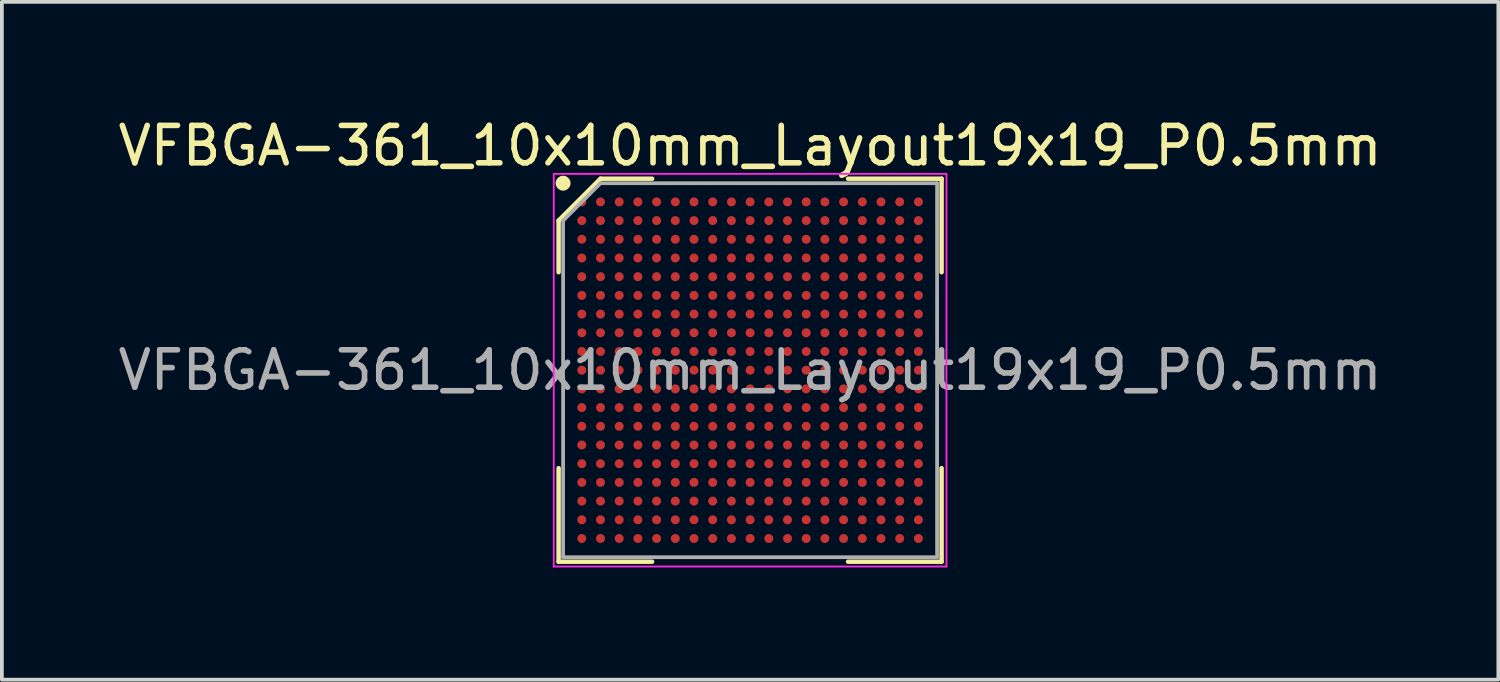
<source format=kicad_pcb>
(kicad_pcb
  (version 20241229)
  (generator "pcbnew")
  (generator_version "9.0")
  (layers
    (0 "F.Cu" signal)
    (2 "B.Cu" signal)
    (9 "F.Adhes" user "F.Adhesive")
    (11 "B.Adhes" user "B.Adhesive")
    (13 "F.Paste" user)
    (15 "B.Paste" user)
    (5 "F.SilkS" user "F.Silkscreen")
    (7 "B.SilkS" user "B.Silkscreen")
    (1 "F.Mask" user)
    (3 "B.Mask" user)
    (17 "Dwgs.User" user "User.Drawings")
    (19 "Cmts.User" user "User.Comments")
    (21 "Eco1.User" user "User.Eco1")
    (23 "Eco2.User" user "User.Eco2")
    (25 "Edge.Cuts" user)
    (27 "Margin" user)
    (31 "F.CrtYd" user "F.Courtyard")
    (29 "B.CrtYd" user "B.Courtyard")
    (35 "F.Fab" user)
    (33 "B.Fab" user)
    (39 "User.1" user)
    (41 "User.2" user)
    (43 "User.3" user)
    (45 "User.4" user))
  (footprint "VFBGA-361_10x10mm_Layout19x19_P0.5mm"
    (layer "F.Cu")
    (at 17.006 6.848)
    (property "Reference" "VFBGA-361_10x10mm_Layout19x19_P0.5mm" (at 0 -6 0) (layer "F.SilkS") (effects (font (size 1 1) (thickness 0.15))))
    (attr smd)
    (fp_line (start -5.12 -4) (end -5.12 -2.62) (stroke (width 0.12) (type default)) (layer "F.SilkS"))
    (fp_line (start -5.12 5.12) (end -5.12 2.62) (stroke (width 0.12) (type default)) (layer "F.SilkS"))
    (fp_line (start -4 -5.12) (end -5.12 -4) (stroke (width 0.12) (type default)) (layer "F.SilkS"))
    (fp_line (start -2.62 -5.12) (end -4 -5.12) (stroke (width 0.12) (type default)) (layer "F.SilkS"))
    (fp_line (start -2.62 5.12) (end -5.12 5.12) (stroke (width 0.12) (type default)) (layer "F.SilkS"))
    (fp_line (start 2.62 -5.12) (end 5.12 -5.12) (stroke (width 0.12) (type default)) (layer "F.SilkS"))
    (fp_line (start 2.62 5.12) (end 5.12 5.12) (stroke (width 0.12) (type default)) (layer "F.SilkS"))
    (fp_line (start 5.12 -5.12) (end 5.12 -2.62) (stroke (width 0.12) (type default)) (layer "F.SilkS"))
    (fp_line (start 5.12 5.12) (end 5.12 2.62) (stroke (width 0.12) (type default)) (layer "F.SilkS"))
    (fp_circle (center -5 -5) (end -5 -4.9) (stroke (width 0.2) (type default)) (fill no) (layer "F.SilkS"))
    (fp_line (start -5.25 -5.25) (end 5.25 -5.25) (stroke (width 0.05) (type default)) (layer "F.CrtYd"))
    (fp_line (start -5.25 5.25) (end -5.25 -5.25) (stroke (width 0.05) (type default)) (layer "F.CrtYd"))
    (fp_line (start 5.25 -5.25) (end 5.25 5.25) (stroke (width 0.05) (type default)) (layer "F.CrtYd"))
    (fp_line (start 5.25 5.25) (end -5.25 5.25) (stroke (width 0.05) (type default)) (layer "F.CrtYd"))
    (fp_line (start -5 -4) (end -5 5) (stroke (width 0.1) (type default)) (layer "F.Fab"))
    (fp_line (start -5 5) (end 5 5) (stroke (width 0.1) (type default)) (layer "F.Fab"))
    (fp_line (start -4 -5) (end -5 -4) (stroke (width 0.1) (type default)) (layer "F.Fab"))
    (fp_line (start 5 -5) (end -4 -5) (stroke (width 0.1) (type default)) (layer "F.Fab"))
    (fp_line (start 5 5) (end 5 -5) (stroke (width 0.1) (type default)) (layer "F.Fab"))
    (fp_text user "${REFERENCE}" (at 0 0 0) (layer "F.Fab") (effects (font (size 1 1) (thickness 0.15))))
    (pad "A1" smd circle (at -4.5 -4.5) (size 0.24 0.24) (layers "F.Cu" "F.Mask" "F.Paste"))
    (pad "A2" smd circle (at -4 -4.5) (size 0.24 0.24) (layers "F.Cu" "F.Mask" "F.Paste"))
    (pad "A3" smd circle (at -3.5 -4.5) (size 0.24 0.24) (layers "F.Cu" "F.Mask" "F.Paste"))
    (pad "A4" smd circle (at -3 -4.5) (size 0.24 0.24) (layers "F.Cu" "F.Mask" "F.Paste"))
    (pad "A5" smd circle (at -2.5 -4.5) (size 0.24 0.24) (layers "F.Cu" "F.Mask" "F.Paste"))
    (pad "A6" smd circle (at -2 -4.5) (size 0.24 0.24) (layers "F.Cu" "F.Mask" "F.Paste"))
    (pad "A7" smd circle (at -1.5 -4.5) (size 0.24 0.24) (layers "F.Cu" "F.Mask" "F.Paste"))
    (pad "A8" smd circle (at -1 -4.5) (size 0.24 0.24) (layers "F.Cu" "F.Mask" "F.Paste"))
    (pad "A9" smd circle (at -0.5 -4.5) (size 0.24 0.24) (layers "F.Cu" "F.Mask" "F.Paste"))
    (pad "A10" smd circle (at 0 -4.5) (size 0.24 0.24) (layers "F.Cu" "F.Mask" "F.Paste"))
    (pad "A11" smd circle (at 0.5 -4.5) (size 0.24 0.24) (layers "F.Cu" "F.Mask" "F.Paste"))
    (pad "A12" smd circle (at 1 -4.5) (size 0.24 0.24) (layers "F.Cu" "F.Mask" "F.Paste"))
    (pad "A13" smd circle (at 1.5 -4.5) (size 0.24 0.24) (layers "F.Cu" "F.Mask" "F.Paste"))
    (pad "A14" smd circle (at 2 -4.5) (size 0.24 0.24) (layers "F.Cu" "F.Mask" "F.Paste"))
    (pad "A15" smd circle (at 2.5 -4.5) (size 0.24 0.24) (layers "F.Cu" "F.Mask" "F.Paste"))
    (pad "A16" smd circle (at 3 -4.5) (size 0.24 0.24) (layers "F.Cu" "F.Mask" "F.Paste"))
    (pad "A17" smd circle (at 3.5 -4.5) (size 0.24 0.24) (layers "F.Cu" "F.Mask" "F.Paste"))
    (pad "A18" smd circle (at 4 -4.5) (size 0.24 0.24) (layers "F.Cu" "F.Mask" "F.Paste"))
    (pad "A19" smd circle (at 4.5 -4.5) (size 0.24 0.24) (layers "F.Cu" "F.Mask" "F.Paste"))
    (pad "B1" smd circle (at -4.5 -4) (size 0.24 0.24) (layers "F.Cu" "F.Mask" "F.Paste"))
    (pad "B2" smd circle (at -4 -4) (size 0.24 0.24) (layers "F.Cu" "F.Mask" "F.Paste"))
    (pad "B3" smd circle (at -3.5 -4) (size 0.24 0.24) (layers "F.Cu" "F.Mask" "F.Paste"))
    (pad "B4" smd circle (at -3 -4) (size 0.24 0.24) (layers "F.Cu" "F.Mask" "F.Paste"))
    (pad "B5" smd circle (at -2.5 -4) (size 0.24 0.24) (layers "F.Cu" "F.Mask" "F.Paste"))
    (pad "B6" smd circle (at -2 -4) (size 0.24 0.24) (layers "F.Cu" "F.Mask" "F.Paste"))
    (pad "B7" smd circle (at -1.5 -4) (size 0.24 0.24) (layers "F.Cu" "F.Mask" "F.Paste"))
    (pad "B8" smd circle (at -1 -4) (size 0.24 0.24) (layers "F.Cu" "F.Mask" "F.Paste"))
    (pad "B9" smd circle (at -0.5 -4) (size 0.24 0.24) (layers "F.Cu" "F.Mask" "F.Paste"))
    (pad "B10" smd circle (at 0 -4) (size 0.24 0.24) (layers "F.Cu" "F.Mask" "F.Paste"))
    (pad "B11" smd circle (at 0.5 -4) (size 0.24 0.24) (layers "F.Cu" "F.Mask" "F.Paste"))
    (pad "B12" smd circle (at 1 -4) (size 0.24 0.24) (layers "F.Cu" "F.Mask" "F.Paste"))
    (pad "B13" smd circle (at 1.5 -4) (size 0.24 0.24) (layers "F.Cu" "F.Mask" "F.Paste"))
    (pad "B14" smd circle (at 2 -4) (size 0.24 0.24) (layers "F.Cu" "F.Mask" "F.Paste"))
    (pad "B15" smd circle (at 2.5 -4) (size 0.24 0.24) (layers "F.Cu" "F.Mask" "F.Paste"))
    (pad "B16" smd circle (at 3 -4) (size 0.24 0.24) (layers "F.Cu" "F.Mask" "F.Paste"))
    (pad "B17" smd circle (at 3.5 -4) (size 0.24 0.24) (layers "F.Cu" "F.Mask" "F.Paste"))
    (pad "B18" smd circle (at 4 -4) (size 0.24 0.24) (layers "F.Cu" "F.Mask" "F.Paste"))
    (pad "B19" smd circle (at 4.5 -4) (size 0.24 0.24) (layers "F.Cu" "F.Mask" "F.Paste"))
    (pad "C1" smd circle (at -4.5 -3.5) (size 0.24 0.24) (layers "F.Cu" "F.Mask" "F.Paste"))
    (pad "C2" smd circle (at -4 -3.5) (size 0.24 0.24) (layers "F.Cu" "F.Mask" "F.Paste"))
    (pad "C3" smd circle (at -3.5 -3.5) (size 0.24 0.24) (layers "F.Cu" "F.Mask" "F.Paste"))
    (pad "C4" smd circle (at -3 -3.5) (size 0.24 0.24) (layers "F.Cu" "F.Mask" "F.Paste"))
    (pad "C5" smd circle (at -2.5 -3.5) (size 0.24 0.24) (layers "F.Cu" "F.Mask" "F.Paste"))
    (pad "C6" smd circle (at -2 -3.5) (size 0.24 0.24) (layers "F.Cu" "F.Mask" "F.Paste"))
    (pad "C7" smd circle (at -1.5 -3.5) (size 0.24 0.24) (layers "F.Cu" "F.Mask" "F.Paste"))
    (pad "C8" smd circle (at -1 -3.5) (size 0.24 0.24) (layers "F.Cu" "F.Mask" "F.Paste"))
    (pad "C9" smd circle (at -0.5 -3.5) (size 0.24 0.24) (layers "F.Cu" "F.Mask" "F.Paste"))
    (pad "C10" smd circle (at 0 -3.5) (size 0.24 0.24) (layers "F.Cu" "F.Mask" "F.Paste"))
    (pad "C11" smd circle (at 0.5 -3.5) (size 0.24 0.24) (layers "F.Cu" "F.Mask" "F.Paste"))
    (pad "C12" smd circle (at 1 -3.5) (size 0.24 0.24) (layers "F.Cu" "F.Mask" "F.Paste"))
    (pad "C13" smd circle (at 1.5 -3.5) (size 0.24 0.24) (layers "F.Cu" "F.Mask" "F.Paste"))
    (pad "C14" smd circle (at 2 -3.5) (size 0.24 0.24) (layers "F.Cu" "F.Mask" "F.Paste"))
    (pad "C15" smd circle (at 2.5 -3.5) (size 0.24 0.24) (layers "F.Cu" "F.Mask" "F.Paste"))
    (pad "C16" smd circle (at 3 -3.5) (size 0.24 0.24) (layers "F.Cu" "F.Mask" "F.Paste"))
    (pad "C17" smd circle (at 3.5 -3.5) (size 0.24 0.24) (layers "F.Cu" "F.Mask" "F.Paste"))
    (pad "C18" smd circle (at 4 -3.5) (size 0.24 0.24) (layers "F.Cu" "F.Mask" "F.Paste"))
    (pad "C19" smd circle (at 4.5 -3.5) (size 0.24 0.24) (layers "F.Cu" "F.Mask" "F.Paste"))
    (pad "D1" smd circle (at -4.5 -3) (size 0.24 0.24) (layers "F.Cu" "F.Mask" "F.Paste"))
    (pad "D2" smd circle (at -4 -3) (size 0.24 0.24) (layers "F.Cu" "F.Mask" "F.Paste"))
    (pad "D3" smd circle (at -3.5 -3) (size 0.24 0.24) (layers "F.Cu" "F.Mask" "F.Paste"))
    (pad "D4" smd circle (at -3 -3) (size 0.24 0.24) (layers "F.Cu" "F.Mask" "F.Paste"))
    (pad "D5" smd circle (at -2.5 -3) (size 0.24 0.24) (layers "F.Cu" "F.Mask" "F.Paste"))
    (pad "D6" smd circle (at -2 -3) (size 0.24 0.24) (layers "F.Cu" "F.Mask" "F.Paste"))
    (pad "D7" smd circle (at -1.5 -3) (size 0.24 0.24) (layers "F.Cu" "F.Mask" "F.Paste"))
    (pad "D8" smd circle (at -1 -3) (size 0.24 0.24) (layers "F.Cu" "F.Mask" "F.Paste"))
    (pad "D9" smd circle (at -0.5 -3) (size 0.24 0.24) (layers "F.Cu" "F.Mask" "F.Paste"))
    (pad "D10" smd circle (at 0 -3) (size 0.24 0.24) (layers "F.Cu" "F.Mask" "F.Paste"))
    (pad "D11" smd circle (at 0.5 -3) (size 0.24 0.24) (layers "F.Cu" "F.Mask" "F.Paste"))
    (pad "D12" smd circle (at 1 -3) (size 0.24 0.24) (layers "F.Cu" "F.Mask" "F.Paste"))
    (pad "D13" smd circle (at 1.5 -3) (size 0.24 0.24) (layers "F.Cu" "F.Mask" "F.Paste"))
    (pad "D14" smd circle (at 2 -3) (size 0.24 0.24) (layers "F.Cu" "F.Mask" "F.Paste"))
    (pad "D15" smd circle (at 2.5 -3) (size 0.24 0.24) (layers "F.Cu" "F.Mask" "F.Paste"))
    (pad "D16" smd circle (at 3 -3) (size 0.24 0.24) (layers "F.Cu" "F.Mask" "F.Paste"))
    (pad "D17" smd circle (at 3.5 -3) (size 0.24 0.24) (layers "F.Cu" "F.Mask" "F.Paste"))
    (pad "D18" smd circle (at 4 -3) (size 0.24 0.24) (layers "F.Cu" "F.Mask" "F.Paste"))
    (pad "D19" smd circle (at 4.5 -3) (size 0.24 0.24) (layers "F.Cu" "F.Mask" "F.Paste"))
    (pad "E1" smd circle (at -4.5 -2.5) (size 0.24 0.24) (layers "F.Cu" "F.Mask" "F.Paste"))
    (pad "E2" smd circle (at -4 -2.5) (size 0.24 0.24) (layers "F.Cu" "F.Mask" "F.Paste"))
    (pad "E3" smd circle (at -3.5 -2.5) (size 0.24 0.24) (layers "F.Cu" "F.Mask" "F.Paste"))
    (pad "E4" smd circle (at -3 -2.5) (size 0.24 0.24) (layers "F.Cu" "F.Mask" "F.Paste"))
    (pad "E5" smd circle (at -2.5 -2.5) (size 0.24 0.24) (layers "F.Cu" "F.Mask" "F.Paste"))
    (pad "E6" smd circle (at -2 -2.5) (size 0.24 0.24) (layers "F.Cu" "F.Mask" "F.Paste"))
    (pad "E7" smd circle (at -1.5 -2.5) (size 0.24 0.24) (layers "F.Cu" "F.Mask" "F.Paste"))
    (pad "E8" smd circle (at -1 -2.5) (size 0.24 0.24) (layers "F.Cu" "F.Mask" "F.Paste"))
    (pad "E9" smd circle (at -0.5 -2.5) (size 0.24 0.24) (layers "F.Cu" "F.Mask" "F.Paste"))
    (pad "E10" smd circle (at 0 -2.5) (size 0.24 0.24) (layers "F.Cu" "F.Mask" "F.Paste"))
    (pad "E11" smd circle (at 0.5 -2.5) (size 0.24 0.24) (layers "F.Cu" "F.Mask" "F.Paste"))
    (pad "E12" smd circle (at 1 -2.5) (size 0.24 0.24) (layers "F.Cu" "F.Mask" "F.Paste"))
    (pad "E13" smd circle (at 1.5 -2.5) (size 0.24 0.24) (layers "F.Cu" "F.Mask" "F.Paste"))
    (pad "E14" smd circle (at 2 -2.5) (size 0.24 0.24) (layers "F.Cu" "F.Mask" "F.Paste"))
    (pad "E15" smd circle (at 2.5 -2.5) (size 0.24 0.24) (layers "F.Cu" "F.Mask" "F.Paste"))
    (pad "E16" smd circle (at 3 -2.5) (size 0.24 0.24) (layers "F.Cu" "F.Mask" "F.Paste"))
    (pad "E17" smd circle (at 3.5 -2.5) (size 0.24 0.24) (layers "F.Cu" "F.Mask" "F.Paste"))
    (pad "E18" smd circle (at 4 -2.5) (size 0.24 0.24) (layers "F.Cu" "F.Mask" "F.Paste"))
    (pad "E19" smd circle (at 4.5 -2.5) (size 0.24 0.24) (layers "F.Cu" "F.Mask" "F.Paste"))
    (pad "F1" smd circle (at -4.5 -2) (size 0.24 0.24) (layers "F.Cu" "F.Mask" "F.Paste"))
    (pad "F2" smd circle (at -4 -2) (size 0.24 0.24) (layers "F.Cu" "F.Mask" "F.Paste"))
    (pad "F3" smd circle (at -3.5 -2) (size 0.24 0.24) (layers "F.Cu" "F.Mask" "F.Paste"))
    (pad "F4" smd circle (at -3 -2) (size 0.24 0.24) (layers "F.Cu" "F.Mask" "F.Paste"))
    (pad "F5" smd circle (at -2.5 -2) (size 0.24 0.24) (layers "F.Cu" "F.Mask" "F.Paste"))
    (pad "F6" smd circle (at -2 -2) (size 0.24 0.24) (layers "F.Cu" "F.Mask" "F.Paste"))
    (pad "F7" smd circle (at -1.5 -2) (size 0.24 0.24) (layers "F.Cu" "F.Mask" "F.Paste"))
    (pad "F8" smd circle (at -1 -2) (size 0.24 0.24) (layers "F.Cu" "F.Mask" "F.Paste"))
    (pad "F9" smd circle (at -0.5 -2) (size 0.24 0.24) (layers "F.Cu" "F.Mask" "F.Paste"))
    (pad "F10" smd circle (at 0 -2) (size 0.24 0.24) (layers "F.Cu" "F.Mask" "F.Paste"))
    (pad "F11" smd circle (at 0.5 -2) (size 0.24 0.24) (layers "F.Cu" "F.Mask" "F.Paste"))
    (pad "F12" smd circle (at 1 -2) (size 0.24 0.24) (layers "F.Cu" "F.Mask" "F.Paste"))
    (pad "F13" smd circle (at 1.5 -2) (size 0.24 0.24) (layers "F.Cu" "F.Mask" "F.Paste"))
    (pad "F14" smd circle (at 2 -2) (size 0.24 0.24) (layers "F.Cu" "F.Mask" "F.Paste"))
    (pad "F15" smd circle (at 2.5 -2) (size 0.24 0.24) (layers "F.Cu" "F.Mask" "F.Paste"))
    (pad "F16" smd circle (at 3 -2) (size 0.24 0.24) (layers "F.Cu" "F.Mask" "F.Paste"))
    (pad "F17" smd circle (at 3.5 -2) (size 0.24 0.24) (layers "F.Cu" "F.Mask" "F.Paste"))
    (pad "F18" smd circle (at 4 -2) (size 0.24 0.24) (layers "F.Cu" "F.Mask" "F.Paste"))
    (pad "F19" smd circle (at 4.5 -2) (size 0.24 0.24) (layers "F.Cu" "F.Mask" "F.Paste"))
    (pad "G1" smd circle (at -4.5 -1.5) (size 0.24 0.24) (layers "F.Cu" "F.Mask" "F.Paste"))
    (pad "G2" smd circle (at -4 -1.5) (size 0.24 0.24) (layers "F.Cu" "F.Mask" "F.Paste"))
    (pad "G3" smd circle (at -3.5 -1.5) (size 0.24 0.24) (layers "F.Cu" "F.Mask" "F.Paste"))
    (pad "G4" smd circle (at -3 -1.5) (size 0.24 0.24) (layers "F.Cu" "F.Mask" "F.Paste"))
    (pad "G5" smd circle (at -2.5 -1.5) (size 0.24 0.24) (layers "F.Cu" "F.Mask" "F.Paste"))
    (pad "G6" smd circle (at -2 -1.5) (size 0.24 0.24) (layers "F.Cu" "F.Mask" "F.Paste"))
    (pad "G7" smd circle (at -1.5 -1.5) (size 0.24 0.24) (layers "F.Cu" "F.Mask" "F.Paste"))
    (pad "G8" smd circle (at -1 -1.5) (size 0.24 0.24) (layers "F.Cu" "F.Mask" "F.Paste"))
    (pad "G9" smd circle (at -0.5 -1.5) (size 0.24 0.24) (layers "F.Cu" "F.Mask" "F.Paste"))
    (pad "G10" smd circle (at 0 -1.5) (size 0.24 0.24) (layers "F.Cu" "F.Mask" "F.Paste"))
    (pad "G11" smd circle (at 0.5 -1.5) (size 0.24 0.24) (layers "F.Cu" "F.Mask" "F.Paste"))
    (pad "G12" smd circle (at 1 -1.5) (size 0.24 0.24) (layers "F.Cu" "F.Mask" "F.Paste"))
    (pad "G13" smd circle (at 1.5 -1.5) (size 0.24 0.24) (layers "F.Cu" "F.Mask" "F.Paste"))
    (pad "G14" smd circle (at 2 -1.5) (size 0.24 0.24) (layers "F.Cu" "F.Mask" "F.Paste"))
    (pad "G15" smd circle (at 2.5 -1.5) (size 0.24 0.24) (layers "F.Cu" "F.Mask" "F.Paste"))
    (pad "G16" smd circle (at 3 -1.5) (size 0.24 0.24) (layers "F.Cu" "F.Mask" "F.Paste"))
    (pad "G17" smd circle (at 3.5 -1.5) (size 0.24 0.24) (layers "F.Cu" "F.Mask" "F.Paste"))
    (pad "G18" smd circle (at 4 -1.5) (size 0.24 0.24) (layers "F.Cu" "F.Mask" "F.Paste"))
    (pad "G19" smd circle (at 4.5 -1.5) (size 0.24 0.24) (layers "F.Cu" "F.Mask" "F.Paste"))
    (pad "H1" smd circle (at -4.5 -1) (size 0.24 0.24) (layers "F.Cu" "F.Mask" "F.Paste"))
    (pad "H2" smd circle (at -4 -1) (size 0.24 0.24) (layers "F.Cu" "F.Mask" "F.Paste"))
    (pad "H3" smd circle (at -3.5 -1) (size 0.24 0.24) (layers "F.Cu" "F.Mask" "F.Paste"))
    (pad "H4" smd circle (at -3 -1) (size 0.24 0.24) (layers "F.Cu" "F.Mask" "F.Paste"))
    (pad "H5" smd circle (at -2.5 -1) (size 0.24 0.24) (layers "F.Cu" "F.Mask" "F.Paste"))
    (pad "H6" smd circle (at -2 -1) (size 0.24 0.24) (layers "F.Cu" "F.Mask" "F.Paste"))
    (pad "H7" smd circle (at -1.5 -1) (size 0.24 0.24) (layers "F.Cu" "F.Mask" "F.Paste"))
    (pad "H8" smd circle (at -1 -1) (size 0.24 0.24) (layers "F.Cu" "F.Mask" "F.Paste"))
    (pad "H9" smd circle (at -0.5 -1) (size 0.24 0.24) (layers "F.Cu" "F.Mask" "F.Paste"))
    (pad "H10" smd circle (at 0 -1) (size 0.24 0.24) (layers "F.Cu" "F.Mask" "F.Paste"))
    (pad "H11" smd circle (at 0.5 -1) (size 0.24 0.24) (layers "F.Cu" "F.Mask" "F.Paste"))
    (pad "H12" smd circle (at 1 -1) (size 0.24 0.24) (layers "F.Cu" "F.Mask" "F.Paste"))
    (pad "H13" smd circle (at 1.5 -1) (size 0.24 0.24) (layers "F.Cu" "F.Mask" "F.Paste"))
    (pad "H14" smd circle (at 2 -1) (size 0.24 0.24) (layers "F.Cu" "F.Mask" "F.Paste"))
    (pad "H15" smd circle (at 2.5 -1) (size 0.24 0.24) (layers "F.Cu" "F.Mask" "F.Paste"))
    (pad "H16" smd circle (at 3 -1) (size 0.24 0.24) (layers "F.Cu" "F.Mask" "F.Paste"))
    (pad "H17" smd circle (at 3.5 -1) (size 0.24 0.24) (layers "F.Cu" "F.Mask" "F.Paste"))
    (pad "H18" smd circle (at 4 -1) (size 0.24 0.24) (layers "F.Cu" "F.Mask" "F.Paste"))
    (pad "H19" smd circle (at 4.5 -1) (size 0.24 0.24) (layers "F.Cu" "F.Mask" "F.Paste"))
    (pad "J1" smd circle (at -4.5 -0.5) (size 0.24 0.24) (layers "F.Cu" "F.Mask" "F.Paste"))
    (pad "J2" smd circle (at -4 -0.5) (size 0.24 0.24) (layers "F.Cu" "F.Mask" "F.Paste"))
    (pad "J3" smd circle (at -3.5 -0.5) (size 0.24 0.24) (layers "F.Cu" "F.Mask" "F.Paste"))
    (pad "J4" smd circle (at -3 -0.5) (size 0.24 0.24) (layers "F.Cu" "F.Mask" "F.Paste"))
    (pad "J5" smd circle (at -2.5 -0.5) (size 0.24 0.24) (layers "F.Cu" "F.Mask" "F.Paste"))
    (pad "J6" smd circle (at -2 -0.5) (size 0.24 0.24) (layers "F.Cu" "F.Mask" "F.Paste"))
    (pad "J7" smd circle (at -1.5 -0.5) (size 0.24 0.24) (layers "F.Cu" "F.Mask" "F.Paste"))
    (pad "J8" smd circle (at -1 -0.5) (size 0.24 0.24) (layers "F.Cu" "F.Mask" "F.Paste"))
    (pad "J9" smd circle (at -0.5 -0.5) (size 0.24 0.24) (layers "F.Cu" "F.Mask" "F.Paste"))
    (pad "J10" smd circle (at 0 -0.5) (size 0.24 0.24) (layers "F.Cu" "F.Mask" "F.Paste"))
    (pad "J11" smd circle (at 0.5 -0.5) (size 0.24 0.24) (layers "F.Cu" "F.Mask" "F.Paste"))
    (pad "J12" smd circle (at 1 -0.5) (size 0.24 0.24) (layers "F.Cu" "F.Mask" "F.Paste"))
    (pad "J13" smd circle (at 1.5 -0.5) (size 0.24 0.24) (layers "F.Cu" "F.Mask" "F.Paste"))
    (pad "J14" smd circle (at 2 -0.5) (size 0.24 0.24) (layers "F.Cu" "F.Mask" "F.Paste"))
    (pad "J15" smd circle (at 2.5 -0.5) (size 0.24 0.24) (layers "F.Cu" "F.Mask" "F.Paste"))
    (pad "J16" smd circle (at 3 -0.5) (size 0.24 0.24) (layers "F.Cu" "F.Mask" "F.Paste"))
    (pad "J17" smd circle (at 3.5 -0.5) (size 0.24 0.24) (layers "F.Cu" "F.Mask" "F.Paste"))
    (pad "J18" smd circle (at 4 -0.5) (size 0.24 0.24) (layers "F.Cu" "F.Mask" "F.Paste"))
    (pad "J19" smd circle (at 4.5 -0.5) (size 0.24 0.24) (layers "F.Cu" "F.Mask" "F.Paste"))
    (pad "K1" smd circle (at -4.5 0) (size 0.24 0.24) (layers "F.Cu" "F.Mask" "F.Paste"))
    (pad "K2" smd circle (at -4 0) (size 0.24 0.24) (layers "F.Cu" "F.Mask" "F.Paste"))
    (pad "K3" smd circle (at -3.5 0) (size 0.24 0.24) (layers "F.Cu" "F.Mask" "F.Paste"))
    (pad "K4" smd circle (at -3 0) (size 0.24 0.24) (layers "F.Cu" "F.Mask" "F.Paste"))
    (pad "K5" smd circle (at -2.5 0) (size 0.24 0.24) (layers "F.Cu" "F.Mask" "F.Paste"))
    (pad "K6" smd circle (at -2 0) (size 0.24 0.24) (layers "F.Cu" "F.Mask" "F.Paste"))
    (pad "K7" smd circle (at -1.5 0) (size 0.24 0.24) (layers "F.Cu" "F.Mask" "F.Paste"))
    (pad "K8" smd circle (at -1 0) (size 0.24 0.24) (layers "F.Cu" "F.Mask" "F.Paste"))
    (pad "K9" smd circle (at -0.5 0) (size 0.24 0.24) (layers "F.Cu" "F.Mask" "F.Paste"))
    (pad "K10" smd circle (at 0 0) (size 0.24 0.24) (layers "F.Cu" "F.Mask" "F.Paste"))
    (pad "K11" smd circle (at 0.5 0) (size 0.24 0.24) (layers "F.Cu" "F.Mask" "F.Paste"))
    (pad "K12" smd circle (at 1 0) (size 0.24 0.24) (layers "F.Cu" "F.Mask" "F.Paste"))
    (pad "K13" smd circle (at 1.5 0) (size 0.24 0.24) (layers "F.Cu" "F.Mask" "F.Paste"))
    (pad "K14" smd circle (at 2 0) (size 0.24 0.24) (layers "F.Cu" "F.Mask" "F.Paste"))
    (pad "K15" smd circle (at 2.5 0) (size 0.24 0.24) (layers "F.Cu" "F.Mask" "F.Paste"))
    (pad "K16" smd circle (at 3 0) (size 0.24 0.24) (layers "F.Cu" "F.Mask" "F.Paste"))
    (pad "K17" smd circle (at 3.5 0) (size 0.24 0.24) (layers "F.Cu" "F.Mask" "F.Paste"))
    (pad "K18" smd circle (at 4 0) (size 0.24 0.24) (layers "F.Cu" "F.Mask" "F.Paste"))
    (pad "K19" smd circle (at 4.5 0) (size 0.24 0.24) (layers "F.Cu" "F.Mask" "F.Paste"))
    (pad "L1" smd circle (at -4.5 0.5) (size 0.24 0.24) (layers "F.Cu" "F.Mask" "F.Paste"))
    (pad "L2" smd circle (at -4 0.5) (size 0.24 0.24) (layers "F.Cu" "F.Mask" "F.Paste"))
    (pad "L3" smd circle (at -3.5 0.5) (size 0.24 0.24) (layers "F.Cu" "F.Mask" "F.Paste"))
    (pad "L4" smd circle (at -3 0.5) (size 0.24 0.24) (layers "F.Cu" "F.Mask" "F.Paste"))
    (pad "L5" smd circle (at -2.5 0.5) (size 0.24 0.24) (layers "F.Cu" "F.Mask" "F.Paste"))
    (pad "L6" smd circle (at -2 0.5) (size 0.24 0.24) (layers "F.Cu" "F.Mask" "F.Paste"))
    (pad "L7" smd circle (at -1.5 0.5) (size 0.24 0.24) (layers "F.Cu" "F.Mask" "F.Paste"))
    (pad "L8" smd circle (at -1 0.5) (size 0.24 0.24) (layers "F.Cu" "F.Mask" "F.Paste"))
    (pad "L9" smd circle (at -0.5 0.5) (size 0.24 0.24) (layers "F.Cu" "F.Mask" "F.Paste"))
    (pad "L10" smd circle (at 0 0.5) (size 0.24 0.24) (layers "F.Cu" "F.Mask" "F.Paste"))
    (pad "L11" smd circle (at 0.5 0.5) (size 0.24 0.24) (layers "F.Cu" "F.Mask" "F.Paste"))
    (pad "L12" smd circle (at 1 0.5) (size 0.24 0.24) (layers "F.Cu" "F.Mask" "F.Paste"))
    (pad "L13" smd circle (at 1.5 0.5) (size 0.24 0.24) (layers "F.Cu" "F.Mask" "F.Paste"))
    (pad "L14" smd circle (at 2 0.5) (size 0.24 0.24) (layers "F.Cu" "F.Mask" "F.Paste"))
    (pad "L15" smd circle (at 2.5 0.5) (size 0.24 0.24) (layers "F.Cu" "F.Mask" "F.Paste"))
    (pad "L16" smd circle (at 3 0.5) (size 0.24 0.24) (layers "F.Cu" "F.Mask" "F.Paste"))
    (pad "L17" smd circle (at 3.5 0.5) (size 0.24 0.24) (layers "F.Cu" "F.Mask" "F.Paste"))
    (pad "L18" smd circle (at 4 0.5) (size 0.24 0.24) (layers "F.Cu" "F.Mask" "F.Paste"))
    (pad "L19" smd circle (at 4.5 0.5) (size 0.24 0.24) (layers "F.Cu" "F.Mask" "F.Paste"))
    (pad "M1" smd circle (at -4.5 1) (size 0.24 0.24) (layers "F.Cu" "F.Mask" "F.Paste"))
    (pad "M2" smd circle (at -4 1) (size 0.24 0.24) (layers "F.Cu" "F.Mask" "F.Paste"))
    (pad "M3" smd circle (at -3.5 1) (size 0.24 0.24) (layers "F.Cu" "F.Mask" "F.Paste"))
    (pad "M4" smd circle (at -3 1) (size 0.24 0.24) (layers "F.Cu" "F.Mask" "F.Paste"))
    (pad "M5" smd circle (at -2.5 1) (size 0.24 0.24) (layers "F.Cu" "F.Mask" "F.Paste"))
    (pad "M6" smd circle (at -2 1) (size 0.24 0.24) (layers "F.Cu" "F.Mask" "F.Paste"))
    (pad "M7" smd circle (at -1.5 1) (size 0.24 0.24) (layers "F.Cu" "F.Mask" "F.Paste"))
    (pad "M8" smd circle (at -1 1) (size 0.24 0.24) (layers "F.Cu" "F.Mask" "F.Paste"))
    (pad "M9" smd circle (at -0.5 1) (size 0.24 0.24) (layers "F.Cu" "F.Mask" "F.Paste"))
    (pad "M10" smd circle (at 0 1) (size 0.24 0.24) (layers "F.Cu" "F.Mask" "F.Paste"))
    (pad "M11" smd circle (at 0.5 1) (size 0.24 0.24) (layers "F.Cu" "F.Mask" "F.Paste"))
    (pad "M12" smd circle (at 1 1) (size 0.24 0.24) (layers "F.Cu" "F.Mask" "F.Paste"))
    (pad "M13" smd circle (at 1.5 1) (size 0.24 0.24) (layers "F.Cu" "F.Mask" "F.Paste"))
    (pad "M14" smd circle (at 2 1) (size 0.24 0.24) (layers "F.Cu" "F.Mask" "F.Paste"))
    (pad "M15" smd circle (at 2.5 1) (size 0.24 0.24) (layers "F.Cu" "F.Mask" "F.Paste"))
    (pad "M16" smd circle (at 3 1) (size 0.24 0.24) (layers "F.Cu" "F.Mask" "F.Paste"))
    (pad "M17" smd circle (at 3.5 1) (size 0.24 0.24) (layers "F.Cu" "F.Mask" "F.Paste"))
    (pad "M18" smd circle (at 4 1) (size 0.24 0.24) (layers "F.Cu" "F.Mask" "F.Paste"))
    (pad "M19" smd circle (at 4.5 1) (size 0.24 0.24) (layers "F.Cu" "F.Mask" "F.Paste"))
    (pad "N1" smd circle (at -4.5 1.5) (size 0.24 0.24) (layers "F.Cu" "F.Mask" "F.Paste"))
    (pad "N2" smd circle (at -4 1.5) (size 0.24 0.24) (layers "F.Cu" "F.Mask" "F.Paste"))
    (pad "N3" smd circle (at -3.5 1.5) (size 0.24 0.24) (layers "F.Cu" "F.Mask" "F.Paste"))
    (pad "N4" smd circle (at -3 1.5) (size 0.24 0.24) (layers "F.Cu" "F.Mask" "F.Paste"))
    (pad "N5" smd circle (at -2.5 1.5) (size 0.24 0.24) (layers "F.Cu" "F.Mask" "F.Paste"))
    (pad "N6" smd circle (at -2 1.5) (size 0.24 0.24) (layers "F.Cu" "F.Mask" "F.Paste"))
    (pad "N7" smd circle (at -1.5 1.5) (size 0.24 0.24) (layers "F.Cu" "F.Mask" "F.Paste"))
    (pad "N8" smd circle (at -1 1.5) (size 0.24 0.24) (layers "F.Cu" "F.Mask" "F.Paste"))
    (pad "N9" smd circle (at -0.5 1.5) (size 0.24 0.24) (layers "F.Cu" "F.Mask" "F.Paste"))
    (pad "N10" smd circle (at 0 1.5) (size 0.24 0.24) (layers "F.Cu" "F.Mask" "F.Paste"))
    (pad "N11" smd circle (at 0.5 1.5) (size 0.24 0.24) (layers "F.Cu" "F.Mask" "F.Paste"))
    (pad "N12" smd circle (at 1 1.5) (size 0.24 0.24) (layers "F.Cu" "F.Mask" "F.Paste"))
    (pad "N13" smd circle (at 1.5 1.5) (size 0.24 0.24) (layers "F.Cu" "F.Mask" "F.Paste"))
    (pad "N14" smd circle (at 2 1.5) (size 0.24 0.24) (layers "F.Cu" "F.Mask" "F.Paste"))
    (pad "N15" smd circle (at 2.5 1.5) (size 0.24 0.24) (layers "F.Cu" "F.Mask" "F.Paste"))
    (pad "N16" smd circle (at 3 1.5) (size 0.24 0.24) (layers "F.Cu" "F.Mask" "F.Paste"))
    (pad "N17" smd circle (at 3.5 1.5) (size 0.24 0.24) (layers "F.Cu" "F.Mask" "F.Paste"))
    (pad "N18" smd circle (at 4 1.5) (size 0.24 0.24) (layers "F.Cu" "F.Mask" "F.Paste"))
    (pad "N19" smd circle (at 4.5 1.5) (size 0.24 0.24) (layers "F.Cu" "F.Mask" "F.Paste"))
    (pad "P1" smd circle (at -4.5 2) (size 0.24 0.24) (layers "F.Cu" "F.Mask" "F.Paste"))
    (pad "P2" smd circle (at -4 2) (size 0.24 0.24) (layers "F.Cu" "F.Mask" "F.Paste"))
    (pad "P3" smd circle (at -3.5 2) (size 0.24 0.24) (layers "F.Cu" "F.Mask" "F.Paste"))
    (pad "P4" smd circle (at -3 2) (size 0.24 0.24) (layers "F.Cu" "F.Mask" "F.Paste"))
    (pad "P5" smd circle (at -2.5 2) (size 0.24 0.24) (layers "F.Cu" "F.Mask" "F.Paste"))
    (pad "P6" smd circle (at -2 2) (size 0.24 0.24) (layers "F.Cu" "F.Mask" "F.Paste"))
    (pad "P7" smd circle (at -1.5 2) (size 0.24 0.24) (layers "F.Cu" "F.Mask" "F.Paste"))
    (pad "P8" smd circle (at -1 2) (size 0.24 0.24) (layers "F.Cu" "F.Mask" "F.Paste"))
    (pad "P9" smd circle (at -0.5 2) (size 0.24 0.24) (layers "F.Cu" "F.Mask" "F.Paste"))
    (pad "P10" smd circle (at 0 2) (size 0.24 0.24) (layers "F.Cu" "F.Mask" "F.Paste"))
    (pad "P11" smd circle (at 0.5 2) (size 0.24 0.24) (layers "F.Cu" "F.Mask" "F.Paste"))
    (pad "P12" smd circle (at 1 2) (size 0.24 0.24) (layers "F.Cu" "F.Mask" "F.Paste"))
    (pad "P13" smd circle (at 1.5 2) (size 0.24 0.24) (layers "F.Cu" "F.Mask" "F.Paste"))
    (pad "P14" smd circle (at 2 2) (size 0.24 0.24) (layers "F.Cu" "F.Mask" "F.Paste"))
    (pad "P15" smd circle (at 2.5 2) (size 0.24 0.24) (layers "F.Cu" "F.Mask" "F.Paste"))
    (pad "P16" smd circle (at 3 2) (size 0.24 0.24) (layers "F.Cu" "F.Mask" "F.Paste"))
    (pad "P17" smd circle (at 3.5 2) (size 0.24 0.24) (layers "F.Cu" "F.Mask" "F.Paste"))
    (pad "P18" smd circle (at 4 2) (size 0.24 0.24) (layers "F.Cu" "F.Mask" "F.Paste"))
    (pad "P19" smd circle (at 4.5 2) (size 0.24 0.24) (layers "F.Cu" "F.Mask" "F.Paste"))
    (pad "R1" smd circle (at -4.5 2.5) (size 0.24 0.24) (layers "F.Cu" "F.Mask" "F.Paste"))
    (pad "R2" smd circle (at -4 2.5) (size 0.24 0.24) (layers "F.Cu" "F.Mask" "F.Paste"))
    (pad "R3" smd circle (at -3.5 2.5) (size 0.24 0.24) (layers "F.Cu" "F.Mask" "F.Paste"))
    (pad "R4" smd circle (at -3 2.5) (size 0.24 0.24) (layers "F.Cu" "F.Mask" "F.Paste"))
    (pad "R5" smd circle (at -2.5 2.5) (size 0.24 0.24) (layers "F.Cu" "F.Mask" "F.Paste"))
    (pad "R6" smd circle (at -2 2.5) (size 0.24 0.24) (layers "F.Cu" "F.Mask" "F.Paste"))
    (pad "R7" smd circle (at -1.5 2.5) (size 0.24 0.24) (layers "F.Cu" "F.Mask" "F.Paste"))
    (pad "R8" smd circle (at -1 2.5) (size 0.24 0.24) (layers "F.Cu" "F.Mask" "F.Paste"))
    (pad "R9" smd circle (at -0.5 2.5) (size 0.24 0.24) (layers "F.Cu" "F.Mask" "F.Paste"))
    (pad "R10" smd circle (at 0 2.5) (size 0.24 0.24) (layers "F.Cu" "F.Mask" "F.Paste"))
    (pad "R11" smd circle (at 0.5 2.5) (size 0.24 0.24) (layers "F.Cu" "F.Mask" "F.Paste"))
    (pad "R12" smd circle (at 1 2.5) (size 0.24 0.24) (layers "F.Cu" "F.Mask" "F.Paste"))
    (pad "R13" smd circle (at 1.5 2.5) (size 0.24 0.24) (layers "F.Cu" "F.Mask" "F.Paste"))
    (pad "R14" smd circle (at 2 2.5) (size 0.24 0.24) (layers "F.Cu" "F.Mask" "F.Paste"))
    (pad "R15" smd circle (at 2.5 2.5) (size 0.24 0.24) (layers "F.Cu" "F.Mask" "F.Paste"))
    (pad "R16" smd circle (at 3 2.5) (size 0.24 0.24) (layers "F.Cu" "F.Mask" "F.Paste"))
    (pad "R17" smd circle (at 3.5 2.5) (size 0.24 0.24) (layers "F.Cu" "F.Mask" "F.Paste"))
    (pad "R18" smd circle (at 4 2.5) (size 0.24 0.24) (layers "F.Cu" "F.Mask" "F.Paste"))
    (pad "R19" smd circle (at 4.5 2.5) (size 0.24 0.24) (layers "F.Cu" "F.Mask" "F.Paste"))
    (pad "T1" smd circle (at -4.5 3) (size 0.24 0.24) (layers "F.Cu" "F.Mask" "F.Paste"))
    (pad "T2" smd circle (at -4 3) (size 0.24 0.24) (layers "F.Cu" "F.Mask" "F.Paste"))
    (pad "T3" smd circle (at -3.5 3) (size 0.24 0.24) (layers "F.Cu" "F.Mask" "F.Paste"))
    (pad "T4" smd circle (at -3 3) (size 0.24 0.24) (layers "F.Cu" "F.Mask" "F.Paste"))
    (pad "T5" smd circle (at -2.5 3) (size 0.24 0.24) (layers "F.Cu" "F.Mask" "F.Paste"))
    (pad "T6" smd circle (at -2 3) (size 0.24 0.24) (layers "F.Cu" "F.Mask" "F.Paste"))
    (pad "T7" smd circle (at -1.5 3) (size 0.24 0.24) (layers "F.Cu" "F.Mask" "F.Paste"))
    (pad "T8" smd circle (at -1 3) (size 0.24 0.24) (layers "F.Cu" "F.Mask" "F.Paste"))
    (pad "T9" smd circle (at -0.5 3) (size 0.24 0.24) (layers "F.Cu" "F.Mask" "F.Paste"))
    (pad "T10" smd circle (at 0 3) (size 0.24 0.24) (layers "F.Cu" "F.Mask" "F.Paste"))
    (pad "T11" smd circle (at 0.5 3) (size 0.24 0.24) (layers "F.Cu" "F.Mask" "F.Paste"))
    (pad "T12" smd circle (at 1 3) (size 0.24 0.24) (layers "F.Cu" "F.Mask" "F.Paste"))
    (pad "T13" smd circle (at 1.5 3) (size 0.24 0.24) (layers "F.Cu" "F.Mask" "F.Paste"))
    (pad "T14" smd circle (at 2 3) (size 0.24 0.24) (layers "F.Cu" "F.Mask" "F.Paste"))
    (pad "T15" smd circle (at 2.5 3) (size 0.24 0.24) (layers "F.Cu" "F.Mask" "F.Paste"))
    (pad "T16" smd circle (at 3 3) (size 0.24 0.24) (layers "F.Cu" "F.Mask" "F.Paste"))
    (pad "T17" smd circle (at 3.5 3) (size 0.24 0.24) (layers "F.Cu" "F.Mask" "F.Paste"))
    (pad "T18" smd circle (at 4 3) (size 0.24 0.24) (layers "F.Cu" "F.Mask" "F.Paste"))
    (pad "T19" smd circle (at 4.5 3) (size 0.24 0.24) (layers "F.Cu" "F.Mask" "F.Paste"))
    (pad "U1" smd circle (at -4.5 3.5) (size 0.24 0.24) (layers "F.Cu" "F.Mask" "F.Paste"))
    (pad "U2" smd circle (at -4 3.5) (size 0.24 0.24) (layers "F.Cu" "F.Mask" "F.Paste"))
    (pad "U3" smd circle (at -3.5 3.5) (size 0.24 0.24) (layers "F.Cu" "F.Mask" "F.Paste"))
    (pad "U4" smd circle (at -3 3.5) (size 0.24 0.24) (layers "F.Cu" "F.Mask" "F.Paste"))
    (pad "U5" smd circle (at -2.5 3.5) (size 0.24 0.24) (layers "F.Cu" "F.Mask" "F.Paste"))
    (pad "U6" smd circle (at -2 3.5) (size 0.24 0.24) (layers "F.Cu" "F.Mask" "F.Paste"))
    (pad "U7" smd circle (at -1.5 3.5) (size 0.24 0.24) (layers "F.Cu" "F.Mask" "F.Paste"))
    (pad "U8" smd circle (at -1 3.5) (size 0.24 0.24) (layers "F.Cu" "F.Mask" "F.Paste"))
    (pad "U9" smd circle (at -0.5 3.5) (size 0.24 0.24) (layers "F.Cu" "F.Mask" "F.Paste"))
    (pad "U10" smd circle (at 0 3.5) (size 0.24 0.24) (layers "F.Cu" "F.Mask" "F.Paste"))
    (pad "U11" smd circle (at 0.5 3.5) (size 0.24 0.24) (layers "F.Cu" "F.Mask" "F.Paste"))
    (pad "U12" smd circle (at 1 3.5) (size 0.24 0.24) (layers "F.Cu" "F.Mask" "F.Paste"))
    (pad "U13" smd circle (at 1.5 3.5) (size 0.24 0.24) (layers "F.Cu" "F.Mask" "F.Paste"))
    (pad "U14" smd circle (at 2 3.5) (size 0.24 0.24) (layers "F.Cu" "F.Mask" "F.Paste"))
    (pad "U15" smd circle (at 2.5 3.5) (size 0.24 0.24) (layers "F.Cu" "F.Mask" "F.Paste"))
    (pad "U16" smd circle (at 3 3.5) (size 0.24 0.24) (layers "F.Cu" "F.Mask" "F.Paste"))
    (pad "U17" smd circle (at 3.5 3.5) (size 0.24 0.24) (layers "F.Cu" "F.Mask" "F.Paste"))
    (pad "U18" smd circle (at 4 3.5) (size 0.24 0.24) (layers "F.Cu" "F.Mask" "F.Paste"))
    (pad "U19" smd circle (at 4.5 3.5) (size 0.24 0.24) (layers "F.Cu" "F.Mask" "F.Paste"))
    (pad "V1" smd circle (at -4.5 4) (size 0.24 0.24) (layers "F.Cu" "F.Mask" "F.Paste"))
    (pad "V2" smd circle (at -4 4) (size 0.24 0.24) (layers "F.Cu" "F.Mask" "F.Paste"))
    (pad "V3" smd circle (at -3.5 4) (size 0.24 0.24) (layers "F.Cu" "F.Mask" "F.Paste"))
    (pad "V4" smd circle (at -3 4) (size 0.24 0.24) (layers "F.Cu" "F.Mask" "F.Paste"))
    (pad "V5" smd circle (at -2.5 4) (size 0.24 0.24) (layers "F.Cu" "F.Mask" "F.Paste"))
    (pad "V6" smd circle (at -2 4) (size 0.24 0.24) (layers "F.Cu" "F.Mask" "F.Paste"))
    (pad "V7" smd circle (at -1.5 4) (size 0.24 0.24) (layers "F.Cu" "F.Mask" "F.Paste"))
    (pad "V8" smd circle (at -1 4) (size 0.24 0.24) (layers "F.Cu" "F.Mask" "F.Paste"))
    (pad "V9" smd circle (at -0.5 4) (size 0.24 0.24) (layers "F.Cu" "F.Mask" "F.Paste"))
    (pad "V10" smd circle (at 0 4) (size 0.24 0.24) (layers "F.Cu" "F.Mask" "F.Paste"))
    (pad "V11" smd circle (at 0.5 4) (size 0.24 0.24) (layers "F.Cu" "F.Mask" "F.Paste"))
    (pad "V12" smd circle (at 1 4) (size 0.24 0.24) (layers "F.Cu" "F.Mask" "F.Paste"))
    (pad "V13" smd circle (at 1.5 4) (size 0.24 0.24) (layers "F.Cu" "F.Mask" "F.Paste"))
    (pad "V14" smd circle (at 2 4) (size 0.24 0.24) (layers "F.Cu" "F.Mask" "F.Paste"))
    (pad "V15" smd circle (at 2.5 4) (size 0.24 0.24) (layers "F.Cu" "F.Mask" "F.Paste"))
    (pad "V16" smd circle (at 3 4) (size 0.24 0.24) (layers "F.Cu" "F.Mask" "F.Paste"))
    (pad "V17" smd circle (at 3.5 4) (size 0.24 0.24) (layers "F.Cu" "F.Mask" "F.Paste"))
    (pad "V18" smd circle (at 4 4) (size 0.24 0.24) (layers "F.Cu" "F.Mask" "F.Paste"))
    (pad "V19" smd circle (at 4.5 4) (size 0.24 0.24) (layers "F.Cu" "F.Mask" "F.Paste"))
    (pad "W1" smd circle (at -4.5 4.5) (size 0.24 0.24) (layers "F.Cu" "F.Mask" "F.Paste"))
    (pad "W2" smd circle (at -4 4.5) (size 0.24 0.24) (layers "F.Cu" "F.Mask" "F.Paste"))
    (pad "W3" smd circle (at -3.5 4.5) (size 0.24 0.24) (layers "F.Cu" "F.Mask" "F.Paste"))
    (pad "W4" smd circle (at -3 4.5) (size 0.24 0.24) (layers "F.Cu" "F.Mask" "F.Paste"))
    (pad "W5" smd circle (at -2.5 4.5) (size 0.24 0.24) (layers "F.Cu" "F.Mask" "F.Paste"))
    (pad "W6" smd circle (at -2 4.5) (size 0.24 0.24) (layers "F.Cu" "F.Mask" "F.Paste"))
    (pad "W7" smd circle (at -1.5 4.5) (size 0.24 0.24) (layers "F.Cu" "F.Mask" "F.Paste"))
    (pad "W8" smd circle (at -1 4.5) (size 0.24 0.24) (layers "F.Cu" "F.Mask" "F.Paste"))
    (pad "W9" smd circle (at -0.5 4.5) (size 0.24 0.24) (layers "F.Cu" "F.Mask" "F.Paste"))
    (pad "W10" smd circle (at 0 4.5) (size 0.24 0.24) (layers "F.Cu" "F.Mask" "F.Paste"))
    (pad "W11" smd circle (at 0.5 4.5) (size 0.24 0.24) (layers "F.Cu" "F.Mask" "F.Paste"))
    (pad "W12" smd circle (at 1 4.5) (size 0.24 0.24) (layers "F.Cu" "F.Mask" "F.Paste"))
    (pad "W13" smd circle (at 1.5 4.5) (size 0.24 0.24) (layers "F.Cu" "F.Mask" "F.Paste"))
    (pad "W14" smd circle (at 2 4.5) (size 0.24 0.24) (layers "F.Cu" "F.Mask" "F.Paste"))
    (pad "W15" smd circle (at 2.5 4.5) (size 0.24 0.24) (layers "F.Cu" "F.Mask" "F.Paste"))
    (pad "W16" smd circle (at 3 4.5) (size 0.24 0.24) (layers "F.Cu" "F.Mask" "F.Paste"))
    (pad "W17" smd circle (at 3.5 4.5) (size 0.24 0.24) (layers "F.Cu" "F.Mask" "F.Paste"))
    (pad "W18" smd circle (at 4 4.5) (size 0.24 0.24) (layers "F.Cu" "F.Mask" "F.Paste"))
    (pad "W19" smd circle (at 4.5 4.5) (size 0.24 0.24) (layers "F.Cu" "F.Mask" "F.Paste")))
  (gr_rect
    (start -3 -3)
    (end 37.012 15.123)
    (stroke (width 0.1) (type default))
    (fill no)
    (layer "Edge.Cuts")))
</source>
